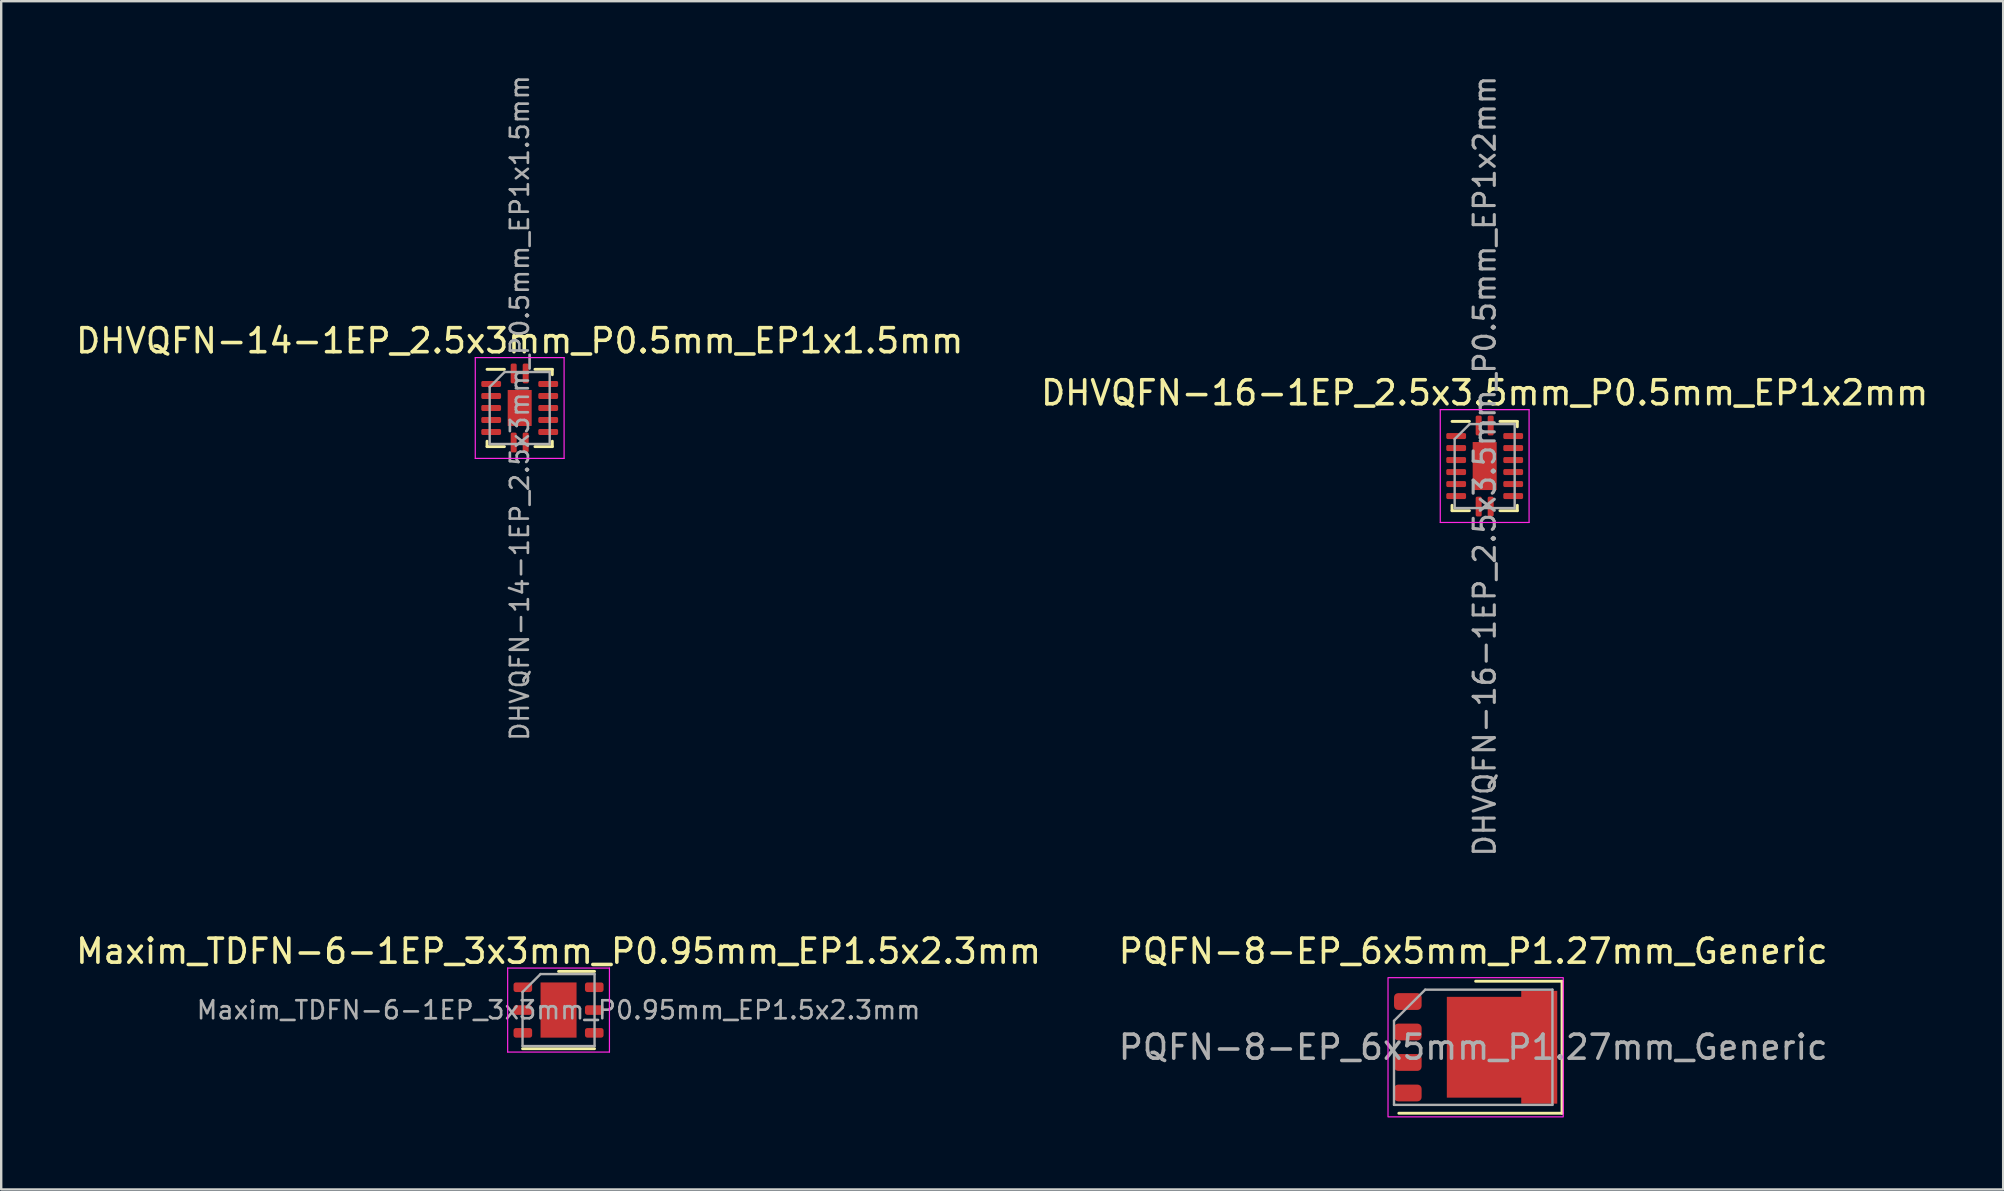
<source format=kicad_pcb>
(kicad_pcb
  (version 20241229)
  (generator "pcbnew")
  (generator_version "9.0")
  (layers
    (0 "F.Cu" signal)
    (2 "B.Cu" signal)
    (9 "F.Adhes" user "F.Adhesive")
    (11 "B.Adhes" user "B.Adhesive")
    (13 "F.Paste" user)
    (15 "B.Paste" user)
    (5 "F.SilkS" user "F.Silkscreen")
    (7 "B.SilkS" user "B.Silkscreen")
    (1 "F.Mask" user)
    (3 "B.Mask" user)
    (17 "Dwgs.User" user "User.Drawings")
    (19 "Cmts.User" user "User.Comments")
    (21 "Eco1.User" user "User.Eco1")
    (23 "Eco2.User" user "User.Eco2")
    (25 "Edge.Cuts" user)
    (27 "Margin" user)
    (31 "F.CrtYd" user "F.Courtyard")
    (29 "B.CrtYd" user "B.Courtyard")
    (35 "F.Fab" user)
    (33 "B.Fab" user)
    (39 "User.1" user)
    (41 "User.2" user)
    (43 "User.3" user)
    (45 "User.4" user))
  (footprint "Maxim_TDFN-6-1EP_3x3mm_P0.95mm_EP1.5x2.3mm"
    (layer "F.Cu")
    (at 20.22 39.03)
    (property "Reference" "Maxim_TDFN-6-1EP_3x3mm_P0.95mm_EP1.5x2.3mm" (at 0 -2.45 0) (layer "F.SilkS") (effects (font (size 1 1) (thickness 0.15))))
    (attr smd)
    (fp_line (start -1.5 1.61) (end 1.5 1.61) (stroke (width 0.12) (type solid)) (layer "F.SilkS"))
    (fp_line (start 0 -1.61) (end 1.5 -1.61) (stroke (width 0.12) (type solid)) (layer "F.SilkS"))
    (fp_line (start -2.12 -1.75) (end -2.12 1.75) (stroke (width 0.05) (type solid)) (layer "F.CrtYd"))
    (fp_line (start -2.12 1.75) (end 2.12 1.75) (stroke (width 0.05) (type solid)) (layer "F.CrtYd"))
    (fp_line (start 2.12 -1.75) (end -2.12 -1.75) (stroke (width 0.05) (type solid)) (layer "F.CrtYd"))
    (fp_line (start 2.12 1.75) (end 2.12 -1.75) (stroke (width 0.05) (type solid)) (layer "F.CrtYd"))
    (fp_line (start -1.5 -0.75) (end -0.75 -1.5) (stroke (width 0.1) (type solid)) (layer "F.Fab"))
    (fp_line (start -1.5 1.5) (end -1.5 -0.75) (stroke (width 0.1) (type solid)) (layer "F.Fab"))
    (fp_line (start -0.75 -1.5) (end 1.5 -1.5) (stroke (width 0.1) (type solid)) (layer "F.Fab"))
    (fp_line (start 1.5 -1.5) (end 1.5 1.5) (stroke (width 0.1) (type solid)) (layer "F.Fab"))
    (fp_line (start 1.5 1.5) (end -1.5 1.5) (stroke (width 0.1) (type solid)) (layer "F.Fab"))
    (fp_text user "${REFERENCE}" (at 0 0 0) (layer "F.Fab") (effects (font (size 0.75 0.75) (thickness 0.11))))
    (pad "" smd roundrect (at -0.375 -0.575) (size 0.6 0.93) (layers "F.Paste") (roundrect_rratio 0.25))
    (pad "" smd roundrect (at -0.375 0.575) (size 0.6 0.93) (layers "F.Paste") (roundrect_rratio 0.25))
    (pad "" smd roundrect (at 0.375 -0.575) (size 0.6 0.93) (layers "F.Paste") (roundrect_rratio 0.25))
    (pad "" smd roundrect (at 0.375 0.575) (size 0.6 0.93) (layers "F.Paste") (roundrect_rratio 0.25))
    (pad "1" smd roundrect (at -1.488 -0.95) (size 0.775 0.4) (layers "F.Cu" "F.Mask" "F.Paste") (roundrect_rratio 0.25))
    (pad "2" smd roundrect (at -1.488 0) (size 0.775 0.4) (layers "F.Cu" "F.Mask" "F.Paste") (roundrect_rratio 0.25))
    (pad "3" smd roundrect (at -1.488 0.95) (size 0.775 0.4) (layers "F.Cu" "F.Mask" "F.Paste") (roundrect_rratio 0.25))
    (pad "4" smd roundrect (at 1.488 0.95) (size 0.775 0.4) (layers "F.Cu" "F.Mask" "F.Paste") (roundrect_rratio 0.25))
    (pad "5" smd roundrect (at 1.488 0) (size 0.775 0.4) (layers "F.Cu" "F.Mask" "F.Paste") (roundrect_rratio 0.25))
    (pad "6" smd roundrect (at 1.488 -0.95) (size 0.775 0.4) (layers "F.Cu" "F.Mask" "F.Paste") (roundrect_rratio 0.25))
    (pad "7" smd rect (at 0 0) (size 1.5 2.3) (layers "F.Cu" "F.Mask")))
  (footprint "DHVQFN-16-1EP_2.5x3.5mm_P0.5mm_EP1x2mm"
    (layer "F.Cu")
    (at 58.804 16.366)
    (property "Reference" "DHVQFN-16-1EP_2.5x3.5mm_P0.5mm_EP1x2mm" (at 0 -3.05 0) (layer "F.SilkS") (effects (font (size 1 1) (thickness 0.15))))
    (attr smd)
    (fp_line (start -1.36 1.86) (end -1.36 1.635) (stroke (width 0.12) (type solid)) (layer "F.SilkS"))
    (fp_line (start -0.635 -1.86) (end -1.36 -1.86) (stroke (width 0.12) (type solid)) (layer "F.SilkS"))
    (fp_line (start -0.635 1.86) (end -1.36 1.86) (stroke (width 0.12) (type solid)) (layer "F.SilkS"))
    (fp_line (start 0.635 -1.86) (end 1.36 -1.86) (stroke (width 0.12) (type solid)) (layer "F.SilkS"))
    (fp_line (start 0.635 1.86) (end 1.36 1.86) (stroke (width 0.12) (type solid)) (layer "F.SilkS"))
    (fp_line (start 1.36 -1.86) (end 1.36 -1.635) (stroke (width 0.12) (type solid)) (layer "F.SilkS"))
    (fp_line (start 1.36 1.86) (end 1.36 1.635) (stroke (width 0.12) (type solid)) (layer "F.SilkS"))
    (fp_line (start -1.85 -2.35) (end -1.85 2.35) (stroke (width 0.05) (type solid)) (layer "F.CrtYd"))
    (fp_line (start -1.85 2.35) (end 1.85 2.35) (stroke (width 0.05) (type solid)) (layer "F.CrtYd"))
    (fp_line (start 1.85 -2.35) (end -1.85 -2.35) (stroke (width 0.05) (type solid)) (layer "F.CrtYd"))
    (fp_line (start 1.85 2.35) (end 1.85 -2.35) (stroke (width 0.05) (type solid)) (layer "F.CrtYd"))
    (fp_line (start -1.25 -1.125) (end -0.625 -1.75) (stroke (width 0.1) (type solid)) (layer "F.Fab"))
    (fp_line (start -1.25 1.75) (end -1.25 -1.125) (stroke (width 0.1) (type solid)) (layer "F.Fab"))
    (fp_line (start -0.625 -1.75) (end 1.25 -1.75) (stroke (width 0.1) (type solid)) (layer "F.Fab"))
    (fp_line (start 1.25 -1.75) (end 1.25 1.75) (stroke (width 0.1) (type solid)) (layer "F.Fab"))
    (fp_line (start 1.25 1.75) (end -1.25 1.75) (stroke (width 0.1) (type solid)) (layer "F.Fab"))
    (fp_text user "${REFERENCE}" (at 0 0 90) (layer "F.Fab") (effects (font (size 0.88 0.88) (thickness 0.13))))
    (pad "" smd roundrect (at 0 -0.5) (size 0.81 0.81) (layers "F.Paste") (roundrect_rratio 0.25))
    (pad "" smd roundrect (at 0 0.5) (size 0.81 0.81) (layers "F.Paste") (roundrect_rratio 0.25))
    (pad "1" smd roundrect (at -0.25 -1.688) (size 0.25 0.825) (layers "F.Cu" "F.Mask" "F.Paste") (roundrect_rratio 0.25))
    (pad "2" smd roundrect (at -1.188 -1.25) (size 0.825 0.25) (layers "F.Cu" "F.Mask" "F.Paste") (roundrect_rratio 0.25))
    (pad "3" smd roundrect (at -1.188 -0.75) (size 0.825 0.25) (layers "F.Cu" "F.Mask" "F.Paste") (roundrect_rratio 0.25))
    (pad "4" smd roundrect (at -1.188 -0.25) (size 0.825 0.25) (layers "F.Cu" "F.Mask" "F.Paste") (roundrect_rratio 0.25))
    (pad "5" smd roundrect (at -1.188 0.25) (size 0.825 0.25) (layers "F.Cu" "F.Mask" "F.Paste") (roundrect_rratio 0.25))
    (pad "6" smd roundrect (at -1.188 0.75) (size 0.825 0.25) (layers "F.Cu" "F.Mask" "F.Paste") (roundrect_rratio 0.25))
    (pad "7" smd roundrect (at -1.188 1.25) (size 0.825 0.25) (layers "F.Cu" "F.Mask" "F.Paste") (roundrect_rratio 0.25))
    (pad "8" smd roundrect (at -0.25 1.688) (size 0.25 0.825) (layers "F.Cu" "F.Mask" "F.Paste") (roundrect_rratio 0.25))
    (pad "9" smd roundrect (at 0.25 1.688) (size 0.25 0.825) (layers "F.Cu" "F.Mask" "F.Paste") (roundrect_rratio 0.25))
    (pad "10" smd roundrect (at 1.188 1.25) (size 0.825 0.25) (layers "F.Cu" "F.Mask" "F.Paste") (roundrect_rratio 0.25))
    (pad "11" smd roundrect (at 1.188 0.75) (size 0.825 0.25) (layers "F.Cu" "F.Mask" "F.Paste") (roundrect_rratio 0.25))
    (pad "12" smd roundrect (at 1.188 0.25) (size 0.825 0.25) (layers "F.Cu" "F.Mask" "F.Paste") (roundrect_rratio 0.25))
    (pad "13" smd roundrect (at 1.188 -0.25) (size 0.825 0.25) (layers "F.Cu" "F.Mask" "F.Paste") (roundrect_rratio 0.25))
    (pad "14" smd roundrect (at 1.188 -0.75) (size 0.825 0.25) (layers "F.Cu" "F.Mask" "F.Paste") (roundrect_rratio 0.25))
    (pad "15" smd roundrect (at 1.188 -1.25) (size 0.825 0.25) (layers "F.Cu" "F.Mask" "F.Paste") (roundrect_rratio 0.25))
    (pad "16" smd roundrect (at 0.25 -1.688) (size 0.25 0.825) (layers "F.Cu" "F.Mask" "F.Paste") (roundrect_rratio 0.25))
    (pad "17" smd rect (at 0 0) (size 1 2) (layers "F.Cu" "F.Mask")))
  (footprint "DHVQFN-14-1EP_2.5x3mm_P0.5mm_EP1x1.5mm"
    (layer "F.Cu")
    (at 18.601 13.947)
    (property "Reference" "DHVQFN-14-1EP_2.5x3mm_P0.5mm_EP1x1.5mm" (at 0 -2.8 0) (layer "F.SilkS") (effects (font (size 1 1) (thickness 0.15))))
    (attr smd)
    (fp_line (start -1.36 1.61) (end -1.36 1.385) (stroke (width 0.12) (type solid)) (layer "F.SilkS"))
    (fp_line (start -0.635 -1.61) (end -1.36 -1.61) (stroke (width 0.12) (type solid)) (layer "F.SilkS"))
    (fp_line (start -0.635 1.61) (end -1.36 1.61) (stroke (width 0.12) (type solid)) (layer "F.SilkS"))
    (fp_line (start 0.635 -1.61) (end 1.36 -1.61) (stroke (width 0.12) (type solid)) (layer "F.SilkS"))
    (fp_line (start 0.635 1.61) (end 1.36 1.61) (stroke (width 0.12) (type solid)) (layer "F.SilkS"))
    (fp_line (start 1.36 -1.61) (end 1.36 -1.385) (stroke (width 0.12) (type solid)) (layer "F.SilkS"))
    (fp_line (start 1.36 1.61) (end 1.36 1.385) (stroke (width 0.12) (type solid)) (layer "F.SilkS"))
    (fp_line (start -1.85 -2.1) (end -1.85 2.1) (stroke (width 0.05) (type solid)) (layer "F.CrtYd"))
    (fp_line (start -1.85 2.1) (end 1.85 2.1) (stroke (width 0.05) (type solid)) (layer "F.CrtYd"))
    (fp_line (start 1.85 -2.1) (end -1.85 -2.1) (stroke (width 0.05) (type solid)) (layer "F.CrtYd"))
    (fp_line (start 1.85 2.1) (end 1.85 -2.1) (stroke (width 0.05) (type solid)) (layer "F.CrtYd"))
    (fp_line (start -1.25 -0.875) (end -0.625 -1.5) (stroke (width 0.1) (type solid)) (layer "F.Fab"))
    (fp_line (start -1.25 1.5) (end -1.25 -0.875) (stroke (width 0.1) (type solid)) (layer "F.Fab"))
    (fp_line (start -0.625 -1.5) (end 1.25 -1.5) (stroke (width 0.1) (type solid)) (layer "F.Fab"))
    (fp_line (start 1.25 -1.5) (end 1.25 1.5) (stroke (width 0.1) (type solid)) (layer "F.Fab"))
    (fp_line (start 1.25 1.5) (end -1.25 1.5) (stroke (width 0.1) (type solid)) (layer "F.Fab"))
    (fp_text user "${REFERENCE}" (at 0 0 90) (layer "F.Fab") (effects (font (size 0.75 0.75) (thickness 0.11))))
    (pad "" smd roundrect (at 0 0) (size 0.81 1.21) (layers "F.Paste") (roundrect_rratio 0.25))
    (pad "1" smd roundrect (at -0.25 -1.438) (size 0.25 0.825) (layers "F.Cu" "F.Mask" "F.Paste") (roundrect_rratio 0.25))
    (pad "2" smd roundrect (at -1.188 -1) (size 0.825 0.25) (layers "F.Cu" "F.Mask" "F.Paste") (roundrect_rratio 0.25))
    (pad "3" smd roundrect (at -1.188 -0.5) (size 0.825 0.25) (layers "F.Cu" "F.Mask" "F.Paste") (roundrect_rratio 0.25))
    (pad "4" smd roundrect (at -1.188 0) (size 0.825 0.25) (layers "F.Cu" "F.Mask" "F.Paste") (roundrect_rratio 0.25))
    (pad "5" smd roundrect (at -1.188 0.5) (size 0.825 0.25) (layers "F.Cu" "F.Mask" "F.Paste") (roundrect_rratio 0.25))
    (pad "6" smd roundrect (at -1.188 1) (size 0.825 0.25) (layers "F.Cu" "F.Mask" "F.Paste") (roundrect_rratio 0.25))
    (pad "7" smd roundrect (at -0.25 1.438) (size 0.25 0.825) (layers "F.Cu" "F.Mask" "F.Paste") (roundrect_rratio 0.25))
    (pad "8" smd roundrect (at 0.25 1.438) (size 0.25 0.825) (layers "F.Cu" "F.Mask" "F.Paste") (roundrect_rratio 0.25))
    (pad "9" smd roundrect (at 1.188 1) (size 0.825 0.25) (layers "F.Cu" "F.Mask" "F.Paste") (roundrect_rratio 0.25))
    (pad "10" smd roundrect (at 1.188 0.5) (size 0.825 0.25) (layers "F.Cu" "F.Mask" "F.Paste") (roundrect_rratio 0.25))
    (pad "11" smd roundrect (at 1.188 0) (size 0.825 0.25) (layers "F.Cu" "F.Mask" "F.Paste") (roundrect_rratio 0.25))
    (pad "12" smd roundrect (at 1.188 -0.5) (size 0.825 0.25) (layers "F.Cu" "F.Mask" "F.Paste") (roundrect_rratio 0.25))
    (pad "13" smd roundrect (at 1.188 -1) (size 0.825 0.25) (layers "F.Cu" "F.Mask" "F.Paste") (roundrect_rratio 0.25))
    (pad "14" smd roundrect (at 0.25 -1.438) (size 0.25 0.825) (layers "F.Cu" "F.Mask" "F.Paste") (roundrect_rratio 0.25))
    (pad "15" smd rect (at 0 0) (size 1 1.5) (layers "F.Cu" "F.Mask")))
  (footprint "PQFN-8-EP_6x5mm_P1.27mm_Generic"
    (layer "F.Cu")
    (at 58.327 40.58)
    (property "Reference" "PQFN-8-EP_6x5mm_P1.27mm_Generic" (at 0 -4 0) (layer "F.SilkS") (effects (font (size 1 1) (thickness 0.15))))
    (attr smd)
    (fp_line (start -3.1 2.75) (end 3.7 2.75) (stroke (width 0.12) (type solid)) (layer "F.SilkS"))
    (fp_line (start 3.7 -2.75) (end 0.1 -2.75) (stroke (width 0.12) (type solid)) (layer "F.SilkS"))
    (fp_line (start 3.7 2.75) (end 3.7 -2.75) (stroke (width 0.12) (type solid)) (layer "F.SilkS"))
    (fp_rect (start -3.55 -2.9) (end 3.75 2.9) (stroke (width 0.05) (type solid)) (fill no) (layer "F.CrtYd"))
    (fp_line (start -3.3 -1.1) (end -3.3 2.4) (stroke (width 0.1) (type solid)) (layer "F.Fab"))
    (fp_line (start -3.3 -1.1) (end -2 -2.4) (stroke (width 0.1) (type solid)) (layer "F.Fab"))
    (fp_line (start -3.3 2.4) (end 3.3 2.4) (stroke (width 0.1) (type solid)) (layer "F.Fab"))
    (fp_line (start 3.3 -2.4) (end -2 -2.4) (stroke (width 0.1) (type solid)) (layer "F.Fab"))
    (fp_line (start 3.3 2.4) (end 3.3 -2.4) (stroke (width 0.1) (type solid)) (layer "F.Fab"))
    (fp_text user "${REFERENCE}" (at 0 0 180) (layer "F.Fab") (effects (font (size 1 1) (thickness 0.15))))
    (pad "" smd rect (at -0.55 -1.15 90) (size 0.9 0.6) (layers "F.Paste"))
    (pad "" smd rect (at -0.55 0 90) (size 0.9 0.6) (layers "F.Paste"))
    (pad "" smd rect (at -0.55 1.15 90) (size 0.9 0.6) (layers "F.Paste"))
    (pad "" smd rect (at 0.3 -1.15 90) (size 0.9 0.6) (layers "F.Paste"))
    (pad "" smd rect (at 0.3 0 90) (size 0.9 0.6) (layers "F.Paste"))
    (pad "" smd rect (at 0.3 1.15 90) (size 0.9 0.6) (layers "F.Paste"))
    (pad "" smd rect (at 1.15 -1.15 90) (size 0.9 0.6) (layers "F.Paste"))
    (pad "" smd rect (at 1.15 0 90) (size 0.9 0.6) (layers "F.Paste"))
    (pad "" smd rect (at 1.15 1.15 90) (size 0.9 0.6) (layers "F.Paste"))
    (pad "" smd rect (at 2 -1.15 90) (size 0.9 0.6) (layers "F.Paste"))
    (pad "" smd rect (at 2 0 90) (size 0.9 0.6) (layers "F.Paste"))
    (pad "" smd rect (at 2 1.15 90) (size 0.9 0.6) (layers "F.Paste"))
    (pad "" smd rect (at 3 -1.905 90) (size 0.6 0.9) (layers "F.Paste"))
    (pad "" smd rect (at 3 -0.635 90) (size 0.6 0.9) (layers "F.Paste"))
    (pad "" smd rect (at 3 0.635 90) (size 0.6 0.9) (layers "F.Paste"))
    (pad "" smd rect (at 3 1.905 90) (size 0.6 0.9) (layers "F.Paste"))
    (pad "1" smd roundrect (at -2.725 -1.905 90) (size 0.7 1.15) (layers "F.Cu" "F.Mask" "F.Paste") (roundrect_rratio 0.25))
    (pad "2" smd roundrect (at -2.725 -0.635 90) (size 0.7 1.15) (layers "F.Cu" "F.Mask" "F.Paste") (roundrect_rratio 0.25))
    (pad "3" smd roundrect (at -2.725 0.635 90) (size 0.7 1.15) (layers "F.Cu" "F.Mask" "F.Paste") (roundrect_rratio 0.25))
    (pad "4" smd roundrect (at -2.725 1.905 90) (size 0.7 1.15) (layers "F.Cu" "F.Mask" "F.Paste") (roundrect_rratio 0.25))
    (pad "5" smd custom (at 0 0 90) (size 4 2) (layers "F.Cu" "F.Mask") (options (anchor rect)) (primitives (gr_poly (pts (xy -2.35 3.5) (xy 2.35 3.5) (xy 2.35 2) (xy 2.1 2) (xy 2.1 -1.1) (xy -2.1 -1.1) (xy -2.1 2) (xy -2.35 2)) (width 0) (fill yes)))))
  (gr_rect
    (start -3 -3)
    (end 80.405 46.505)
    (stroke (width 0.1) (type default))
    (fill no)
    (layer "Edge.Cuts")))
</source>
